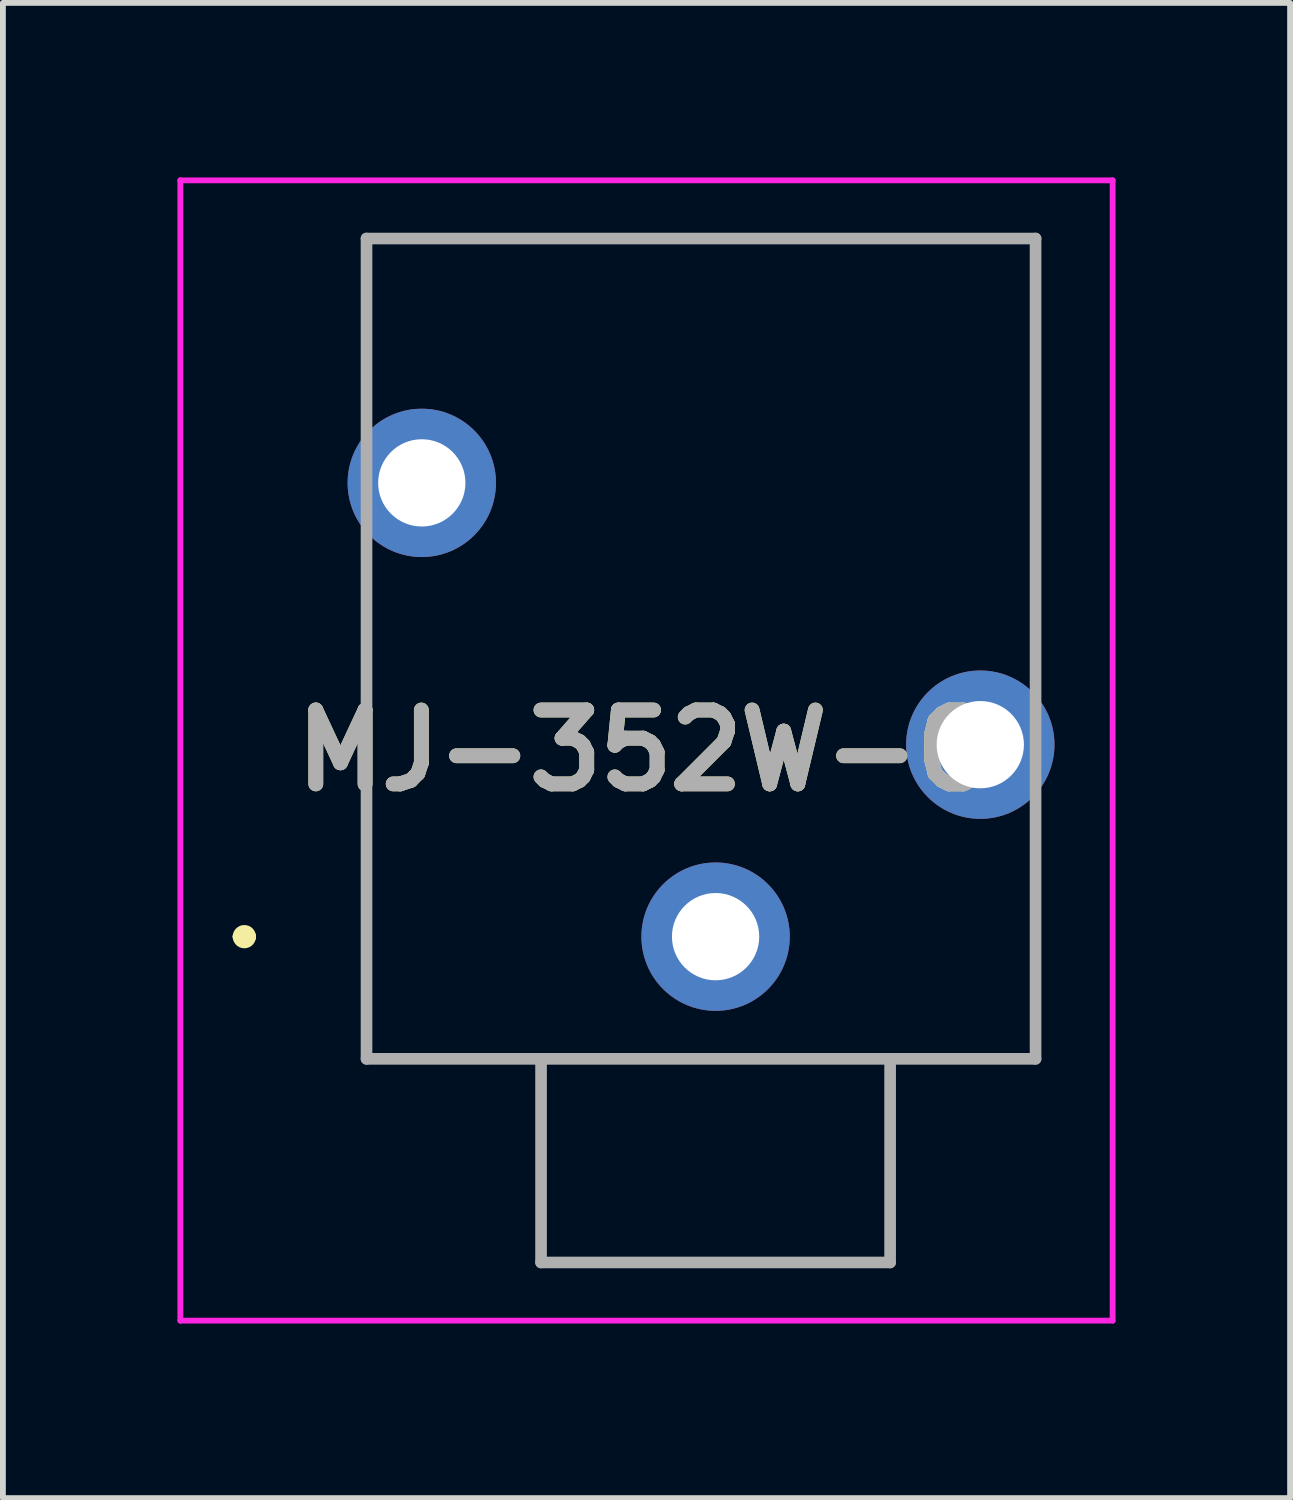
<source format=kicad_pcb>
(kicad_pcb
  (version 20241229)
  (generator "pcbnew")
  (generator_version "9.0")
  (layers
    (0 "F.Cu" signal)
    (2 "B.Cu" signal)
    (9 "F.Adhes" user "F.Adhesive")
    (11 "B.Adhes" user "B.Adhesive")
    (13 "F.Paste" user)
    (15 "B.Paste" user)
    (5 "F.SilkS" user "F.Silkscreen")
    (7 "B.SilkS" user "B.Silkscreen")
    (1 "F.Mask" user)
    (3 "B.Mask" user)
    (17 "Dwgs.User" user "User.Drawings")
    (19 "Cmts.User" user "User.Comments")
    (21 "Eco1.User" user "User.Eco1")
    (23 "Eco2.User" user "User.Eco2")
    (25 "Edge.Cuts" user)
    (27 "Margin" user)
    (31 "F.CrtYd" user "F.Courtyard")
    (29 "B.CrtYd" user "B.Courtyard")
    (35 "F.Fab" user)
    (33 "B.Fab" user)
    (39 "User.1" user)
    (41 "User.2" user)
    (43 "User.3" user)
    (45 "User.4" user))
  (footprint "MJ-352W-O"
    (layer "F.Cu")
    (at 9.25 13.05)
    (property "Reference" "MJ-352W-O" (at -1.187 -3.2 0) (layer "F.SilkS") (effects (font (size 1.27 1.27) (thickness 0.254))))
    (attr through_hole)
    (fp_line (start -8.2 0) (end -8.2 0) (stroke (width 0.2) (type solid)) (layer "F.SilkS"))
    (fp_line (start -8 0) (end -8 0) (stroke (width 0.2) (type solid)) (layer "F.SilkS"))
    (fp_line (start -6 -12) (end 5.5 -12) (stroke (width 0.1) (type solid)) (layer "F.SilkS"))
    (fp_line (start -6 -9) (end -6 -12) (stroke (width 0.1) (type solid)) (layer "F.SilkS"))
    (fp_line (start -6 2.1) (end -6 -6) (stroke (width 0.1) (type solid)) (layer "F.SilkS"))
    (fp_line (start 5.5 -12) (end 5.5 -5) (stroke (width 0.1) (type solid)) (layer "F.SilkS"))
    (fp_line (start 5.5 -2) (end 5.5 2.1) (stroke (width 0.1) (type solid)) (layer "F.SilkS"))
    (fp_line (start 5.5 2.1) (end -6 2.1) (stroke (width 0.1) (type solid)) (layer "F.SilkS"))
    (fp_arc (start -8.2 0) (mid -8.1 -0.1) (end -8 0) (stroke (width 0.2) (type solid)) (layer "F.SilkS"))
    (fp_arc (start -8 0) (mid -8.1 0.1) (end -8.2 0) (stroke (width 0.2) (type solid)) (layer "F.SilkS"))
    (fp_line (start -9.2 -13) (end -9.2 6.6) (stroke (width 0.1) (type solid)) (layer "F.CrtYd"))
    (fp_line (start -9.2 6.6) (end 6.825 6.6) (stroke (width 0.1) (type solid)) (layer "F.CrtYd"))
    (fp_line (start 6.825 -13) (end -9.2 -13) (stroke (width 0.1) (type solid)) (layer "F.CrtYd"))
    (fp_line (start 6.825 6.6) (end 6.825 -13) (stroke (width 0.1) (type solid)) (layer "F.CrtYd"))
    (fp_line (start -6 -12) (end -6 2.1) (stroke (width 0.2) (type solid)) (layer "F.Fab"))
    (fp_line (start -6 2.1) (end 5.5 2.1) (stroke (width 0.2) (type solid)) (layer "F.Fab"))
    (fp_line (start -3 2.1) (end -3 5.6) (stroke (width 0.2) (type solid)) (layer "F.Fab"))
    (fp_line (start -3 5.6) (end 3 5.6) (stroke (width 0.2) (type solid)) (layer "F.Fab"))
    (fp_line (start 3 5.6) (end 3 2.1) (stroke (width 0.2) (type solid)) (layer "F.Fab"))
    (fp_line (start 5.5 -12) (end -6 -12) (stroke (width 0.2) (type solid)) (layer "F.Fab"))
    (fp_line (start 5.5 2.1) (end 5.5 -12) (stroke (width 0.2) (type solid)) (layer "F.Fab"))
    (fp_text user "${REFERENCE}" (at -1.187 -3.2 0) (layer "F.Fab") (effects (font (size 1.27 1.27) (thickness 0.254))))
    (pad "1" thru_hole circle (at 0 0) (size 2.55 2.55) (drill 1.5) (layers "*.Cu" "*.Mask"))
    (pad "2" thru_hole circle (at 4.55 -3.3) (size 2.55 2.55) (drill 1.5) (layers "*.Cu" "*.Mask"))
    (pad "3" thru_hole circle (at -5.05 -7.8) (size 2.55 2.55) (drill 1.5) (layers "*.Cu" "*.Mask")))
  (gr_rect
    (start -3 -3)
    (end 19.125 22.7)
    (stroke (width 0.1) (type default))
    (fill no)
    (layer "Edge.Cuts")))
</source>
